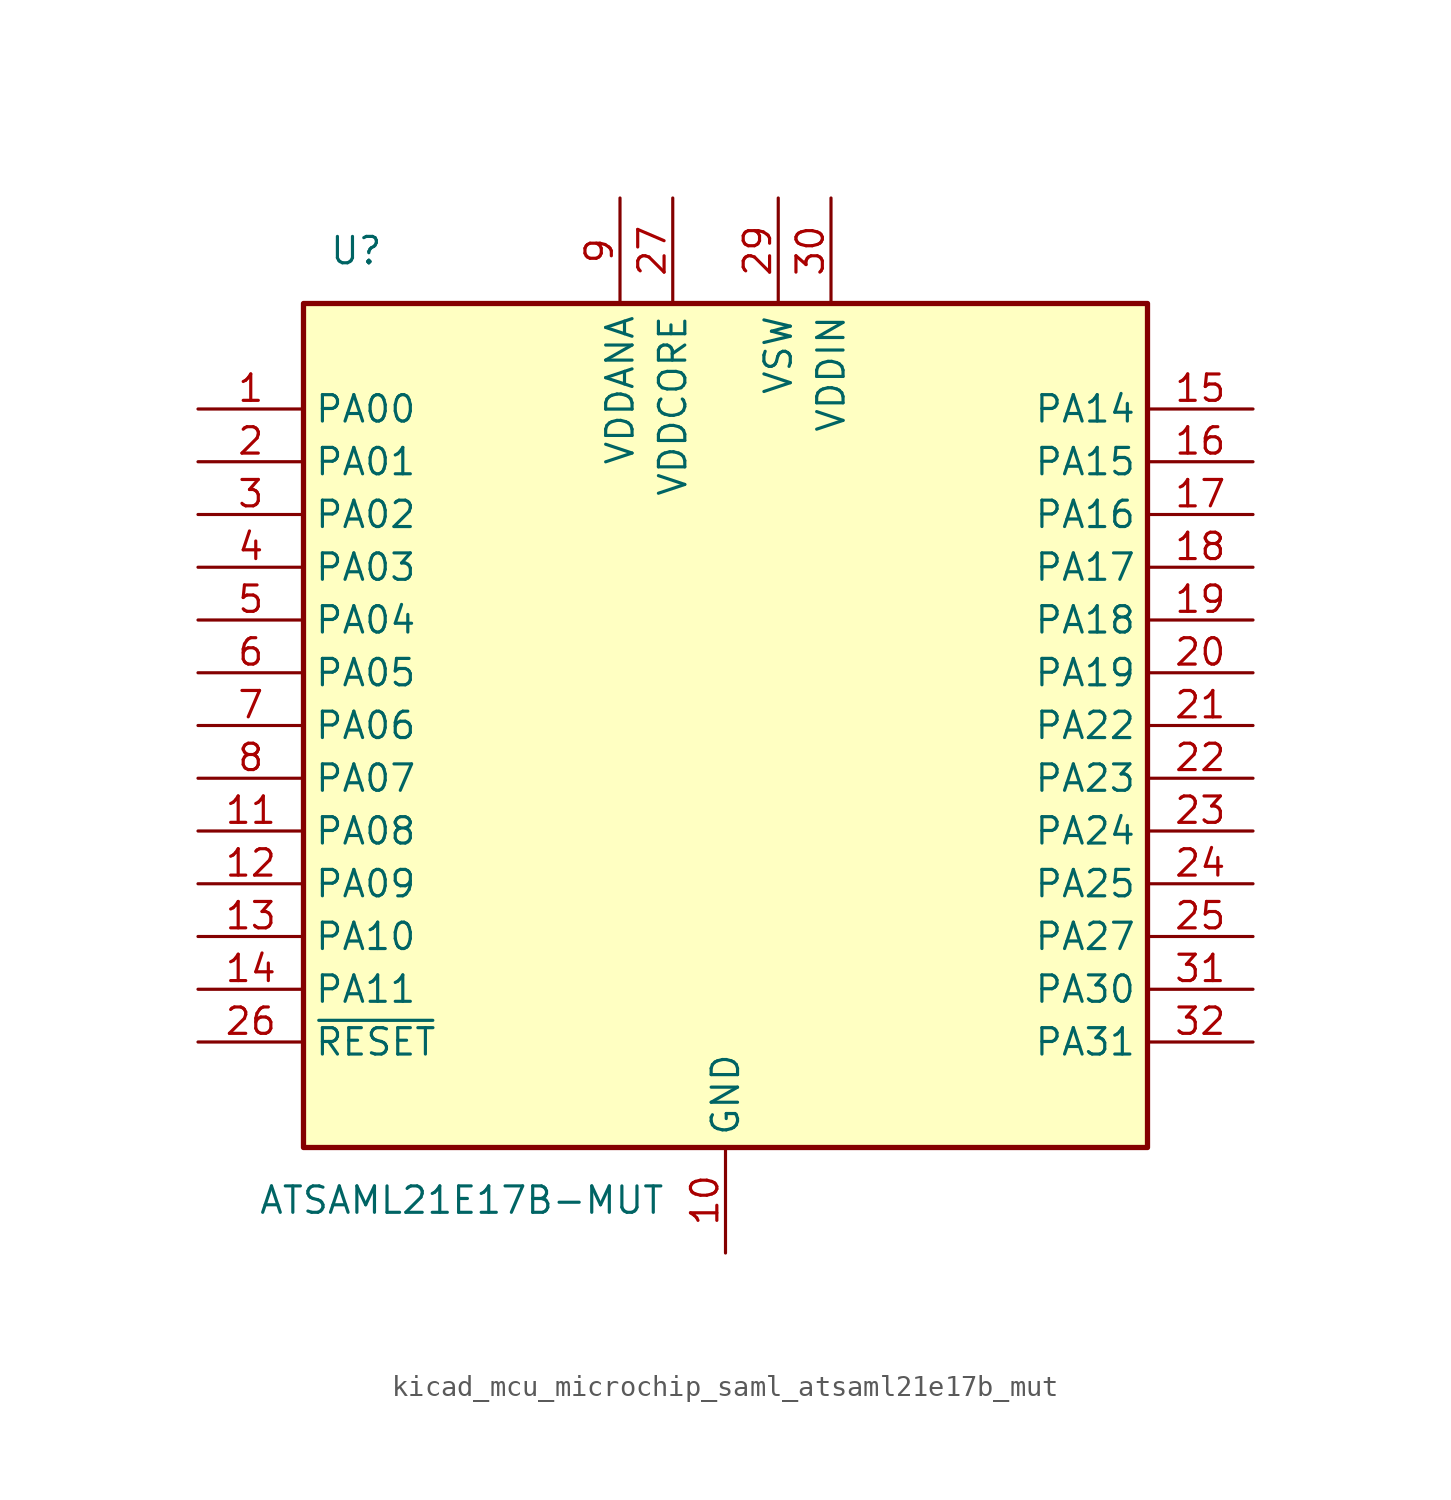
<source format=kicad_sym>
(kicad_symbol_lib
  (version 20220914)
  (generator kicad_symbol_editor)
  (symbol "kicad_mcu_microchip_saml_atsaml21e17b_mut"
    (property "Reference" "U"
      (at -17.78 22.86 0)
      (effects (font (size 1.27 1.27))))
    (property "Value" "ATSAML21E17B-MUT"
      (at -12.7 -22.86 0)
      (effects (font (size 1.27 1.27))))
    (symbol "kicad_mcu_microchip_saml_atsaml21e17b_mut_0_1"
      (rectangle (start -20.32 20.32) (end 20.32 -20.32) (stroke (width 0.254) (type default)) (fill (type background))))
    (symbol "kicad_mcu_microchip_saml_atsaml21e17b_mut_1_1"
      (pin bidirectional line (at -25.4 15.24 0) (length 5.08) (name "PA00" (effects (font (size 1.27 1.27)))) (number "1" (effects (font (size 1.27 1.27)))))
      (pin power_in line (at 0 -25.4 90) (length 5.08) (name "GND" (effects (font (size 1.27 1.27)))) (number "10" (effects (font (size 1.27 1.27)))))
      (pin bidirectional line (at -25.4 -5.08 0) (length 5.08) (name "PA08" (effects (font (size 1.27 1.27)))) (number "11" (effects (font (size 1.27 1.27)))))
      (pin bidirectional line (at -25.4 -7.62 0) (length 5.08) (name "PA09" (effects (font (size 1.27 1.27)))) (number "12" (effects (font (size 1.27 1.27)))))
      (pin bidirectional line (at -25.4 -10.16 0) (length 5.08) (name "PA10" (effects (font (size 1.27 1.27)))) (number "13" (effects (font (size 1.27 1.27)))))
      (pin bidirectional line (at -25.4 -12.7 0) (length 5.08) (name "PA11" (effects (font (size 1.27 1.27)))) (number "14" (effects (font (size 1.27 1.27)))))
      (pin bidirectional line (at 25.4 15.24 180) (length 5.08) (name "PA14" (effects (font (size 1.27 1.27)))) (number "15" (effects (font (size 1.27 1.27)))))
      (pin bidirectional line (at 25.4 12.7 180) (length 5.08) (name "PA15" (effects (font (size 1.27 1.27)))) (number "16" (effects (font (size 1.27 1.27)))))
      (pin bidirectional line (at 25.4 10.16 180) (length 5.08) (name "PA16" (effects (font (size 1.27 1.27)))) (number "17" (effects (font (size 1.27 1.27)))))
      (pin bidirectional line (at 25.4 7.62 180) (length 5.08) (name "PA17" (effects (font (size 1.27 1.27)))) (number "18" (effects (font (size 1.27 1.27)))))
      (pin bidirectional line (at 25.4 5.08 180) (length 5.08) (name "PA18" (effects (font (size 1.27 1.27)))) (number "19" (effects (font (size 1.27 1.27)))))
      (pin bidirectional line (at -25.4 12.7 0) (length 5.08) (name "PA01" (effects (font (size 1.27 1.27)))) (number "2" (effects (font (size 1.27 1.27)))))
      (pin bidirectional line (at 25.4 2.54 180) (length 5.08) (name "PA19" (effects (font (size 1.27 1.27)))) (number "20" (effects (font (size 1.27 1.27)))))
      (pin bidirectional line (at 25.4 0 180) (length 5.08) (name "PA22" (effects (font (size 1.27 1.27)))) (number "21" (effects (font (size 1.27 1.27)))))
      (pin bidirectional line (at 25.4 -2.54 180) (length 5.08) (name "PA23" (effects (font (size 1.27 1.27)))) (number "22" (effects (font (size 1.27 1.27)))))
      (pin bidirectional line (at 25.4 -5.08 180) (length 5.08) (name "PA24" (effects (font (size 1.27 1.27)))) (number "23" (effects (font (size 1.27 1.27)))))
      (pin bidirectional line (at 25.4 -7.62 180) (length 5.08) (name "PA25" (effects (font (size 1.27 1.27)))) (number "24" (effects (font (size 1.27 1.27)))))
      (pin bidirectional line (at 25.4 -10.16 180) (length 5.08) (name "PA27" (effects (font (size 1.27 1.27)))) (number "25" (effects (font (size 1.27 1.27)))))
      (pin input line (at -25.4 -15.24 0) (length 5.08) (name "~{RESET}" (effects (font (size 1.27 1.27)))) (number "26" (effects (font (size 1.27 1.27)))))
      (pin power_in line (at -2.54 25.4 270) (length 5.08) (name "VDDCORE" (effects (font (size 1.27 1.27)))) (number "27" (effects (font (size 1.27 1.27)))))
      (pin passive line (at 0 -25.4 90) (length 5.08) hide (name "GND" (effects (font (size 1.27 1.27)))) (number "28" (effects (font (size 1.27 1.27)))))
      (pin power_out line (at 2.54 25.4 270) (length 5.08) (name "VSW" (effects (font (size 1.27 1.27)))) (number "29" (effects (font (size 1.27 1.27)))))
      (pin bidirectional line (at -25.4 10.16 0) (length 5.08) (name "PA02" (effects (font (size 1.27 1.27)))) (number "3" (effects (font (size 1.27 1.27)))))
      (pin power_in line (at 5.08 25.4 270) (length 5.08) (name "VDDIN" (effects (font (size 1.27 1.27)))) (number "30" (effects (font (size 1.27 1.27)))))
      (pin bidirectional line (at 25.4 -12.7 180) (length 5.08) (name "PA30" (effects (font (size 1.27 1.27)))) (number "31" (effects (font (size 1.27 1.27)))))
      (pin bidirectional line (at 25.4 -15.24 180) (length 5.08) (name "PA31" (effects (font (size 1.27 1.27)))) (number "32" (effects (font (size 1.27 1.27)))))
      (pin bidirectional line (at -25.4 7.62 0) (length 5.08) (name "PA03" (effects (font (size 1.27 1.27)))) (number "4" (effects (font (size 1.27 1.27)))))
      (pin bidirectional line (at -25.4 5.08 0) (length 5.08) (name "PA04" (effects (font (size 1.27 1.27)))) (number "5" (effects (font (size 1.27 1.27)))))
      (pin bidirectional line (at -25.4 2.54 0) (length 5.08) (name "PA05" (effects (font (size 1.27 1.27)))) (number "6" (effects (font (size 1.27 1.27)))))
      (pin bidirectional line (at -25.4 0 0) (length 5.08) (name "PA06" (effects (font (size 1.27 1.27)))) (number "7" (effects (font (size 1.27 1.27)))))
      (pin bidirectional line (at -25.4 -2.54 0) (length 5.08) (name "PA07" (effects (font (size 1.27 1.27)))) (number "8" (effects (font (size 1.27 1.27)))))
      (pin power_in line (at -5.08 25.4 270) (length 5.08) (name "VDDANA" (effects (font (size 1.27 1.27)))) (number "9" (effects (font (size 1.27 1.27))))))))
</source>
